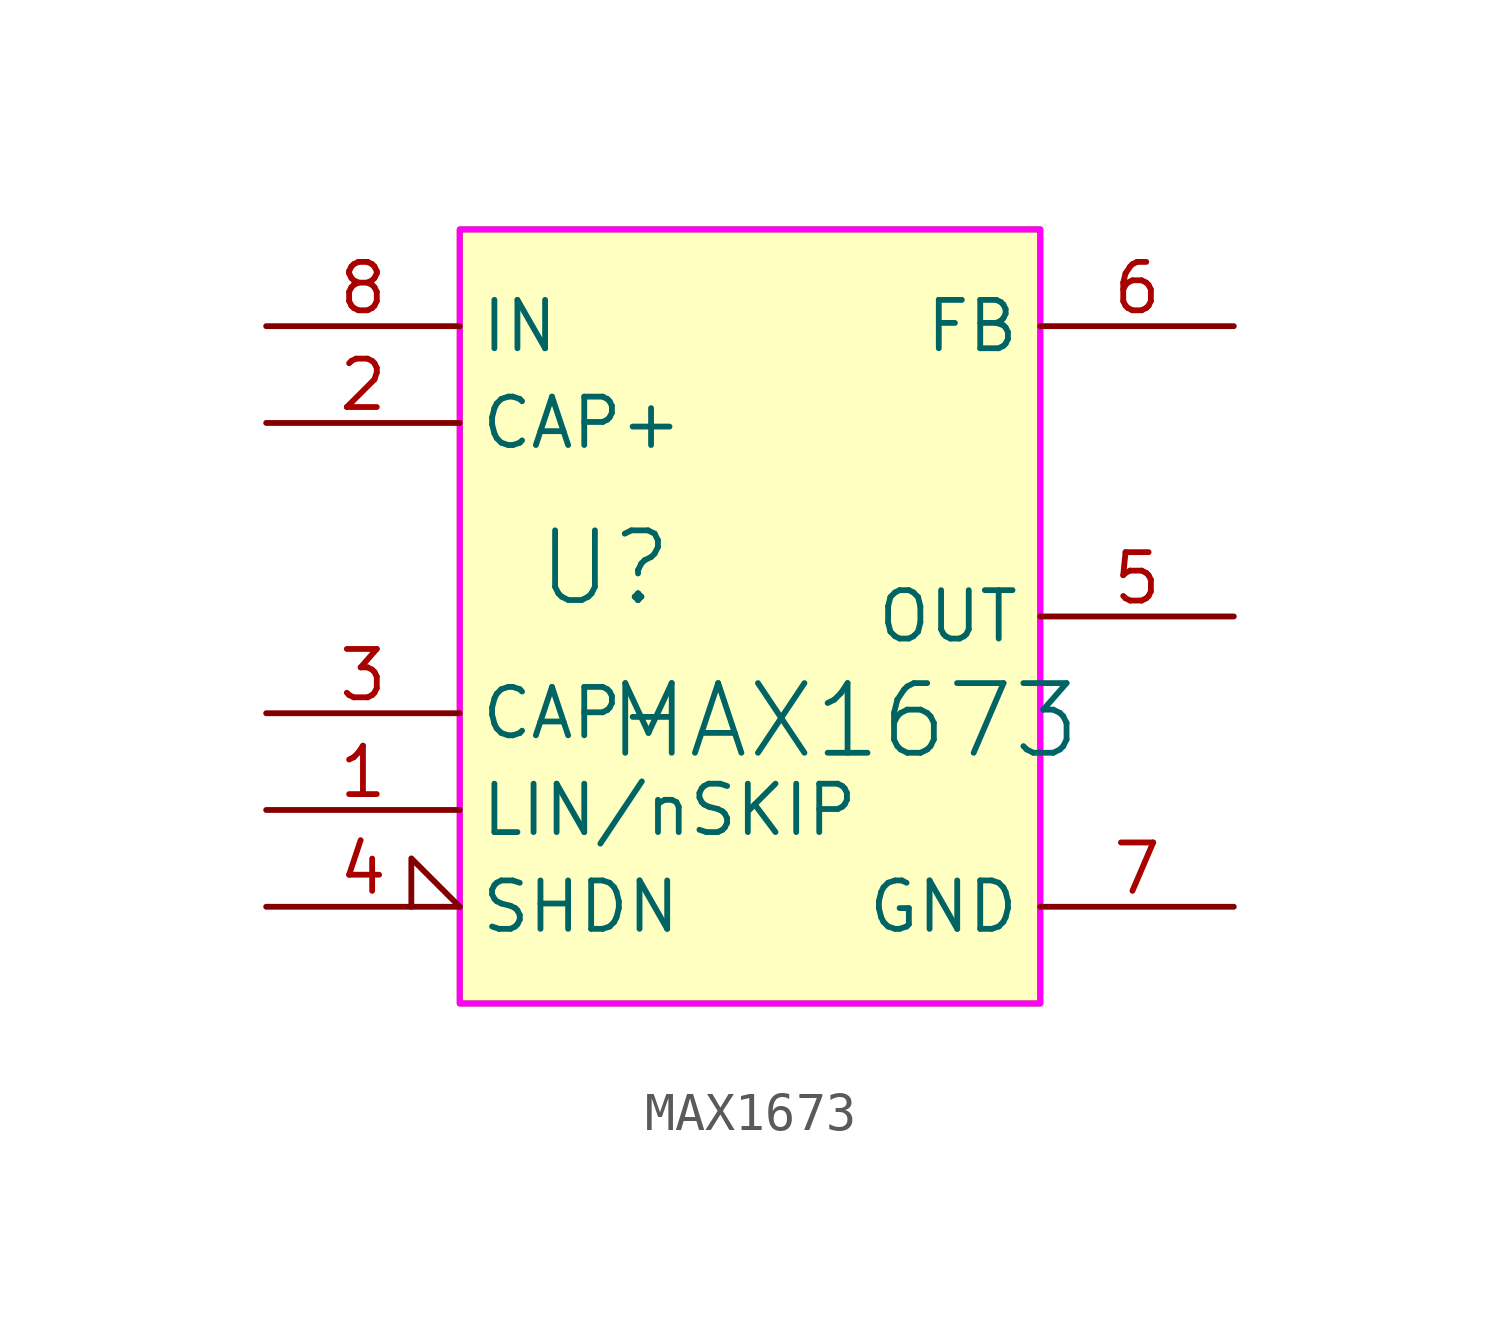
<source format=kicad_sym>
(kicad_symbol_lib
  (version 20241209)
  (generator "kicad_symbol_editor")
  (generator_version "9.0")
  (symbol "MAX1673"
    (property "Reference" "U"
      (at -1.27 1.27 0)
      (effects (font (size 1.829 1.829))))
    (property "Value" "MAX1673"
      (at -1.27 -3.81 0)
      (effects (font (size 1.829 1.829)) (justify left bottom)))
    (symbol "MAX1673_1_0"
      (polyline (pts (xy -5.08 -10.16) (xy -5.08 10.16) (xy 10.16 10.16) (xy 10.16 -10.16) (xy -5.08 -10.16)) (stroke (width 0) (type solid)) (fill (type none)))
      (rectangle (start 10.16 10.16) (end -5.08 -10.16) (stroke (width 0) (type solid) (color 255 0 255 1)) (fill (type background)))
      (pin passive line (at -10.16 7.62 0) (length 5.08) (name "IN" (effects (font (size 1.27 1.27)))) (number "8" (effects (font (size 1.27 1.27)))))
      (pin passive line (at -10.16 5.08 0) (length 5.08) (name "CAP+" (effects (font (size 1.27 1.27)))) (number "2" (effects (font (size 1.27 1.27)))))
      (pin passive line (at -10.16 -2.54 0) (length 5.08) (name "CAP-" (effects (font (size 1.27 1.27)))) (number "3" (effects (font (size 1.27 1.27)))))
      (pin passive line (at -10.16 -5.08 0) (length 5.08) (name "LIN/nSKIP" (effects (font (size 1.27 1.27)))) (number "1" (effects (font (size 1.27 1.27)))))
      (pin passive input_low (at -10.16 -7.62 0) (length 5.08) (name "SHDN" (effects (font (size 1.27 1.27)))) (number "4" (effects (font (size 1.27 1.27)))))
      (pin passive line (at 15.24 7.62 180) (length 5.08) (name "FB" (effects (font (size 1.27 1.27)))) (number "6" (effects (font (size 1.27 1.27)))))
      (pin passive line (at 15.24 0 180) (length 5.08) (name "OUT" (effects (font (size 1.27 1.27)))) (number "5" (effects (font (size 1.27 1.27)))))
      (pin passive line (at 15.24 -7.62 180) (length 5.08) (name "GND" (effects (font (size 1.27 1.27)))) (number "7" (effects (font (size 1.27 1.27))))))))
</source>
